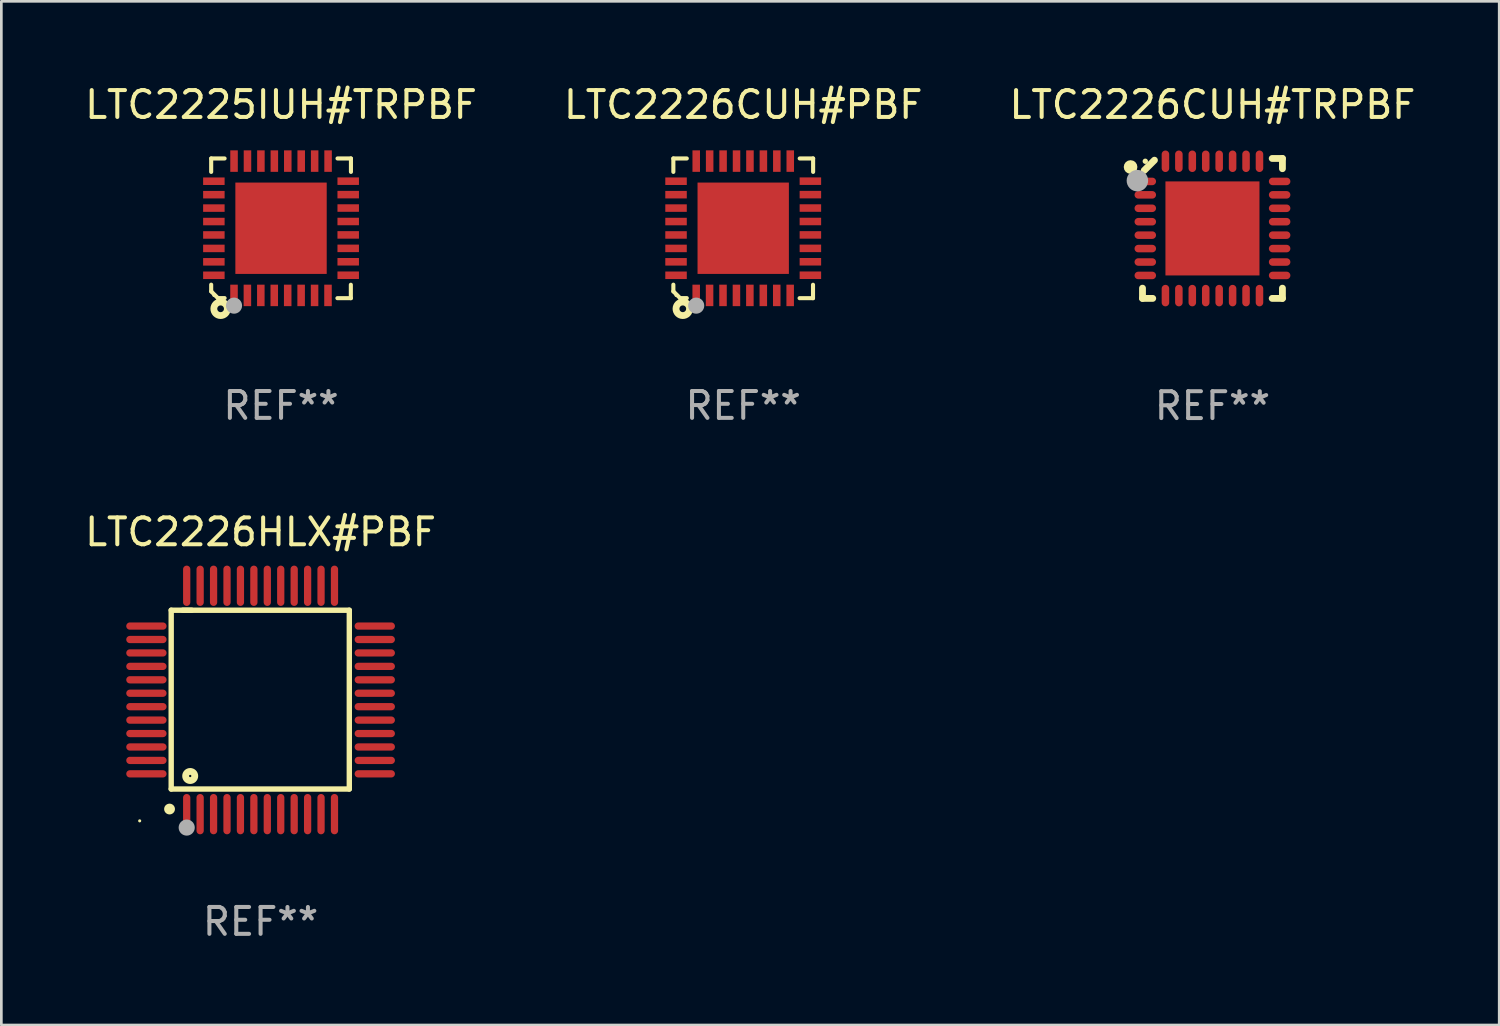
<source format=kicad_pcb>
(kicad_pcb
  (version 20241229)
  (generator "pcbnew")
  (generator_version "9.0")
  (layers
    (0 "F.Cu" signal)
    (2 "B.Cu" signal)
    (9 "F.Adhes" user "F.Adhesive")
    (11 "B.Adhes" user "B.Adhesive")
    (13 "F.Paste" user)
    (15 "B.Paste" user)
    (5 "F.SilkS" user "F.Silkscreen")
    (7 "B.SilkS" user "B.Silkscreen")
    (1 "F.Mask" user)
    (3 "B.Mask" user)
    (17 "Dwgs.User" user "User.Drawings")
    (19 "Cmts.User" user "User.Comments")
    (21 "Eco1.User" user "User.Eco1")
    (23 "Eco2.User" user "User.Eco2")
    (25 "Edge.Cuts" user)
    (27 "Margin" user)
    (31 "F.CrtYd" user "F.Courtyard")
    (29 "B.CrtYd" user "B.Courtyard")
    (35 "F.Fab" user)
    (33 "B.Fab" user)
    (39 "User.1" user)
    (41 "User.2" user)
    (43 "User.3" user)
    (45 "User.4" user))
  (footprint "LTC2226CUH#TRPBF"
    (layer "F.Cu")
    (at 42.077 5.452)
    (property "Reference" "LTC2226CUH#TRPBF" (at 0 -4.604 0) (layer "F.SilkS") (effects (font (size 1 1) (thickness 0.15))))
    (attr through_hole)
    (fp_line (start -2.604 2.223) (end -2.604 2.604) (stroke (width 0.254) (type solid)) (layer "F.SilkS"))
    (fp_line (start -2.604 2.604) (end -2.223 2.604) (stroke (width 0.254) (type solid)) (layer "F.SilkS"))
    (fp_line (start -2.159 -2.54) (end -2.54 -2.159) (stroke (width 0.254) (type solid)) (layer "F.SilkS"))
    (fp_line (start 2.223 2.604) (end 2.604 2.604) (stroke (width 0.254) (type solid)) (layer "F.SilkS"))
    (fp_line (start 2.604 -2.604) (end 2.223 -2.604) (stroke (width 0.254) (type solid)) (layer "F.SilkS"))
    (fp_line (start 2.604 -2.223) (end 2.604 -2.604) (stroke (width 0.254) (type solid)) (layer "F.SilkS"))
    (fp_line (start 2.604 2.604) (end 2.604 2.223) (stroke (width 0.254) (type solid)) (layer "F.SilkS"))
    (fp_circle (center -3.048 -2.286) (end -2.921 -2.286) (stroke (width 0.254) (type solid)) (fill no) (layer "F.SilkS"))
    (fp_circle (center -2.5 -2.5) (end -2.45 -2.5) (stroke (width 0.1) (type solid)) (fill no) (layer "F.SilkS"))
    (fp_circle (center -2.794 -1.778) (end -2.594 -1.778) (stroke (width 0.4) (type solid)) (fill no) (layer "F.Fab"))
    (fp_text user "REF**" (at 0 6.604 0) (layer "F.Fab") (effects (font (size 1 1) (thickness 0.15))))
    (pad "1" smd oval (at -2.5 -1.75) (size 0.8 0.28) (layers "F.Cu" "F.Mask" "F.Paste"))
    (pad "2" smd oval (at -2.5 -1.25) (size 0.8 0.28) (layers "F.Cu" "F.Mask" "F.Paste"))
    (pad "3" smd oval (at -2.5 -0.75) (size 0.8 0.28) (layers "F.Cu" "F.Mask" "F.Paste"))
    (pad "4" smd oval (at -2.5 -0.25) (size 0.8 0.28) (layers "F.Cu" "F.Mask" "F.Paste"))
    (pad "5" smd oval (at -2.5 0.25) (size 0.8 0.28) (layers "F.Cu" "F.Mask" "F.Paste"))
    (pad "6" smd oval (at -2.5 0.75) (size 0.8 0.28) (layers "F.Cu" "F.Mask" "F.Paste"))
    (pad "7" smd oval (at -2.5 1.25) (size 0.8 0.28) (layers "F.Cu" "F.Mask" "F.Paste"))
    (pad "8" smd oval (at -2.5 1.75) (size 0.8 0.28) (layers "F.Cu" "F.Mask" "F.Paste"))
    (pad "9" smd oval (at -1.75 2.5) (size 0.28 0.8) (layers "F.Cu" "F.Mask" "F.Paste"))
    (pad "10" smd oval (at -1.25 2.5) (size 0.28 0.8) (layers "F.Cu" "F.Mask" "F.Paste"))
    (pad "11" smd oval (at -0.75 2.5) (size 0.28 0.8) (layers "F.Cu" "F.Mask" "F.Paste"))
    (pad "12" smd oval (at -0.25 2.5) (size 0.28 0.8) (layers "F.Cu" "F.Mask" "F.Paste"))
    (pad "13" smd oval (at 0.25 2.5) (size 0.28 0.8) (layers "F.Cu" "F.Mask" "F.Paste"))
    (pad "14" smd oval (at 0.75 2.5) (size 0.28 0.8) (layers "F.Cu" "F.Mask" "F.Paste"))
    (pad "15" smd oval (at 1.25 2.5) (size 0.28 0.8) (layers "F.Cu" "F.Mask" "F.Paste"))
    (pad "16" smd oval (at 1.75 2.5) (size 0.28 0.8) (layers "F.Cu" "F.Mask" "F.Paste"))
    (pad "17" smd oval (at 2.5 1.75) (size 0.8 0.28) (layers "F.Cu" "F.Mask" "F.Paste"))
    (pad "18" smd oval (at 2.5 1.25) (size 0.8 0.28) (layers "F.Cu" "F.Mask" "F.Paste"))
    (pad "19" smd oval (at 2.5 0.75) (size 0.8 0.28) (layers "F.Cu" "F.Mask" "F.Paste"))
    (pad "20" smd oval (at 2.5 0.25) (size 0.8 0.28) (layers "F.Cu" "F.Mask" "F.Paste"))
    (pad "21" smd oval (at 2.5 -0.25) (size 0.8 0.28) (layers "F.Cu" "F.Mask" "F.Paste"))
    (pad "22" smd oval (at 2.5 -0.75) (size 0.8 0.28) (layers "F.Cu" "F.Mask" "F.Paste"))
    (pad "23" smd oval (at 2.5 -1.25) (size 0.8 0.28) (layers "F.Cu" "F.Mask" "F.Paste"))
    (pad "24" smd oval (at 2.5 -1.75) (size 0.8 0.28) (layers "F.Cu" "F.Mask" "F.Paste"))
    (pad "25" smd oval (at 1.75 -2.5) (size 0.28 0.8) (layers "F.Cu" "F.Mask" "F.Paste"))
    (pad "26" smd oval (at 1.25 -2.5) (size 0.28 0.8) (layers "F.Cu" "F.Mask" "F.Paste"))
    (pad "27" smd oval (at 0.75 -2.5) (size 0.28 0.8) (layers "F.Cu" "F.Mask" "F.Paste"))
    (pad "28" smd oval (at 0.25 -2.5) (size 0.28 0.8) (layers "F.Cu" "F.Mask" "F.Paste"))
    (pad "29" smd oval (at -0.25 -2.5) (size 0.28 0.8) (layers "F.Cu" "F.Mask" "F.Paste"))
    (pad "30" smd oval (at -0.75 -2.5) (size 0.28 0.8) (layers "F.Cu" "F.Mask" "F.Paste"))
    (pad "31" smd oval (at -1.25 -2.5) (size 0.28 0.8) (layers "F.Cu" "F.Mask" "F.Paste"))
    (pad "32" smd oval (at -1.75 -2.5) (size 0.28 0.8) (layers "F.Cu" "F.Mask" "F.Paste"))
    (pad "33" smd rect (at 0.000076 0.000076) (size 3.5 3.5) (layers "F.Cu" "F.Mask" "F.Paste")))
  (footprint "LTC2226CUH#PBF"
    (layer "F.Cu")
    (at 24.613 5.448)
    (property "Reference" "LTC2226CUH#PBF" (at 0 -4.6 0) (layer "F.SilkS") (effects (font (size 1 1) (thickness 0.15))))
    (attr through_hole)
    (fp_line (start -2.601 2.097) (end -2.601 2.347) (stroke (width 0.152) (type solid)) (layer "F.SilkS"))
    (fp_line (start -2.601 2.347) (end -2.351 2.597) (stroke (width 0.152) (type solid)) (layer "F.SilkS"))
    (fp_line (start -2.601 -2.6) (end -2.601 -2.1) (stroke (width 0.152) (type solid)) (layer "F.SilkS"))
    (fp_line (start -2.601 -2.6) (end -2.101 -2.6) (stroke (width 0.152) (type solid)) (layer "F.SilkS"))
    (fp_line (start -2.351 2.597) (end -2.101 2.597) (stroke (width 0.152) (type solid)) (layer "F.SilkS"))
    (fp_line (start 2.597 2.6) (end 2.097 2.6) (stroke (width 0.152) (type solid)) (layer "F.SilkS"))
    (fp_line (start 2.597 2.6) (end 2.597 2.1) (stroke (width 0.152) (type solid)) (layer "F.SilkS"))
    (fp_line (start 2.601 -2.6) (end 2.101 -2.6) (stroke (width 0.152) (type solid)) (layer "F.SilkS"))
    (fp_line (start 2.601 -2.6) (end 2.601 -2.1) (stroke (width 0.152) (type solid)) (layer "F.SilkS"))
    (fp_circle (center -2.501 2.497) (end -2.471 2.497) (stroke (width 0.06) (type solid)) (fill no) (layer "F.SilkS"))
    (fp_circle (center -2.25 2.995) (end -2.125 2.995) (stroke (width 0.254) (type solid)) (fill no) (layer "F.SilkS"))
    (fp_circle (center -1.751 2.878) (end -1.601 2.878) (stroke (width 0.3) (type solid)) (fill no) (layer "F.Fab"))
    (fp_text user "REF**" (at 0 6.6 0) (layer "F.Fab") (effects (font (size 1 1) (thickness 0.15))))
    (pad "1" smd rect (at -1.751 2.497) (size 0.28 0.8) (layers "F.Cu" "F.Mask" "F.Paste"))
    (pad "2" smd rect (at -1.253 2.497) (size 0.28 0.8) (layers "F.Cu" "F.Mask" "F.Paste"))
    (pad "3" smd rect (at -0.753 2.497) (size 0.28 0.8) (layers "F.Cu" "F.Mask" "F.Paste"))
    (pad "4" smd rect (at -0.253 2.497) (size 0.28 0.8) (layers "F.Cu" "F.Mask" "F.Paste"))
    (pad "5" smd rect (at 0.247 2.497) (size 0.28 0.8) (layers "F.Cu" "F.Mask" "F.Paste"))
    (pad "6" smd rect (at 0.747 2.497) (size 0.28 0.8) (layers "F.Cu" "F.Mask" "F.Paste"))
    (pad "7" smd rect (at 1.247 2.497) (size 0.28 0.8) (layers "F.Cu" "F.Mask" "F.Paste"))
    (pad "8" smd rect (at 1.747 2.497) (size 0.28 0.8) (layers "F.Cu" "F.Mask" "F.Paste"))
    (pad "9" smd rect (at 2.499 1.746) (size 0.8 0.28) (layers "F.Cu" "F.Mask" "F.Paste"))
    (pad "10" smd rect (at 2.499 1.245) (size 0.8 0.28) (layers "F.Cu" "F.Mask" "F.Paste"))
    (pad "11" smd rect (at 2.499 0.746) (size 0.8 0.28) (layers "F.Cu" "F.Mask" "F.Paste"))
    (pad "12" smd rect (at 2.499 0.245) (size 0.8 0.28) (layers "F.Cu" "F.Mask" "F.Paste"))
    (pad "13" smd rect (at 2.499 -0.254) (size 0.8 0.28) (layers "F.Cu" "F.Mask" "F.Paste"))
    (pad "14" smd rect (at 2.499 -0.755) (size 0.8 0.28) (layers "F.Cu" "F.Mask" "F.Paste"))
    (pad "15" smd rect (at 2.499 -1.254) (size 0.8 0.28) (layers "F.Cu" "F.Mask" "F.Paste"))
    (pad "16" smd rect (at 2.499 -1.755) (size 0.8 0.28) (layers "F.Cu" "F.Mask" "F.Paste"))
    (pad "17" smd rect (at 1.75 -2.502) (size 0.28 0.8) (layers "F.Cu" "F.Mask" "F.Paste"))
    (pad "18" smd rect (at 1.25 -2.502) (size 0.28 0.8) (layers "F.Cu" "F.Mask" "F.Paste"))
    (pad "19" smd rect (at 0.75 -2.502) (size 0.28 0.8) (layers "F.Cu" "F.Mask" "F.Paste"))
    (pad "20" smd rect (at 0.25 -2.502) (size 0.28 0.8) (layers "F.Cu" "F.Mask" "F.Paste"))
    (pad "21" smd rect (at -0.25 -2.502) (size 0.28 0.8) (layers "F.Cu" "F.Mask" "F.Paste"))
    (pad "22" smd rect (at -0.75 -2.502) (size 0.28 0.8) (layers "F.Cu" "F.Mask" "F.Paste"))
    (pad "23" smd rect (at -1.25 -2.502) (size 0.28 0.8) (layers "F.Cu" "F.Mask" "F.Paste"))
    (pad "24" smd rect (at -1.75 -2.502) (size 0.28 0.8) (layers "F.Cu" "F.Mask" "F.Paste"))
    (pad "25" smd rect (at -2.501 -1.753) (size 0.8 0.28) (layers "F.Cu" "F.Mask" "F.Paste"))
    (pad "26" smd rect (at -2.501 -1.252) (size 0.8 0.28) (layers "F.Cu" "F.Mask" "F.Paste"))
    (pad "27" smd rect (at -2.501 -0.753) (size 0.8 0.28) (layers "F.Cu" "F.Mask" "F.Paste"))
    (pad "28" smd rect (at -2.501 -0.252) (size 0.8 0.28) (layers "F.Cu" "F.Mask" "F.Paste"))
    (pad "29" smd rect (at -2.501 0.247) (size 0.8 0.28) (layers "F.Cu" "F.Mask" "F.Paste"))
    (pad "30" smd rect (at -2.501 0.748) (size 0.8 0.28) (layers "F.Cu" "F.Mask" "F.Paste"))
    (pad "31" smd rect (at -2.501 1.247) (size 0.8 0.28) (layers "F.Cu" "F.Mask" "F.Paste"))
    (pad "32" smd rect (at -2.501 1.748) (size 0.8 0.28) (layers "F.Cu" "F.Mask" "F.Paste"))
    (pad "33" smd rect (at -0.001 -0.003 180) (size 3.4 3.4) (layers "F.Cu" "F.Mask" "F.Paste")))
  (footprint "LTC2226HLX#PBF"
    (layer "F.Cu")
    (at 6.649 23.002)
    (property "Reference" "LTC2226HLX#PBF" (at 0 -6.25 0) (layer "F.SilkS") (effects (font (size 1 1) (thickness 0.15))))
    (attr through_hole)
    (fp_line (start -3.327 -3.34) (end -2.565 -3.34) (stroke (width 0.2) (type solid)) (layer "F.SilkS"))
    (fp_line (start -3.327 3.315) (end -3.327 -3.34) (stroke (width 0.2) (type solid)) (layer "F.SilkS"))
    (fp_line (start -2.896 -3.34) (end 3.302 -3.34) (stroke (width 0.2) (type solid)) (layer "F.SilkS"))
    (fp_line (start 3.302 -3.34) (end 3.302 3.315) (stroke (width 0.2) (type solid)) (layer "F.SilkS"))
    (fp_line (start 3.302 3.315) (end -3.327 3.315) (stroke (width 0.2) (type solid)) (layer "F.SilkS"))
    (fp_arc (start -3.389992 4.059995) (mid -3.388722 4.059991) (end -3.387452 4.059995) (stroke (width 0.4) (type solid)) (layer "F.SilkS"))
    (fp_circle (center -4.5 4.5) (end -4.47 4.5) (stroke (width 0.06) (type solid)) (fill no) (layer "F.SilkS"))
    (fp_circle (center -2.62 2.83) (end -2.45 2.83) (stroke (width 0.254) (type solid)) (fill no) (layer "F.SilkS"))
    (fp_circle (center -2.75 4.75) (end -2.6 4.75) (stroke (width 0.3) (type solid)) (fill no) (layer "F.Fab"))
    (fp_text user "REF**" (at 0 8.25 0) (layer "F.Fab") (effects (font (size 1 1) (thickness 0.15))))
    (pad "1" smd oval (at -2.75 4.25) (size 0.27 1.5) (layers "F.Cu" "F.Mask" "F.Paste"))
    (pad "2" smd oval (at -2.25 4.25) (size 0.27 1.5) (layers "F.Cu" "F.Mask" "F.Paste"))
    (pad "3" smd oval (at -1.75 4.25) (size 0.27 1.5) (layers "F.Cu" "F.Mask" "F.Paste"))
    (pad "4" smd oval (at -1.25 4.25) (size 0.27 1.5) (layers "F.Cu" "F.Mask" "F.Paste"))
    (pad "5" smd oval (at -0.75 4.25) (size 0.27 1.5) (layers "F.Cu" "F.Mask" "F.Paste"))
    (pad "6" smd oval (at -0.25 4.25) (size 0.27 1.5) (layers "F.Cu" "F.Mask" "F.Paste"))
    (pad "7" smd oval (at 0.25 4.25) (size 0.27 1.5) (layers "F.Cu" "F.Mask" "F.Paste"))
    (pad "8" smd oval (at 0.75 4.25) (size 0.27 1.5) (layers "F.Cu" "F.Mask" "F.Paste"))
    (pad "9" smd oval (at 1.25 4.25) (size 0.27 1.5) (layers "F.Cu" "F.Mask" "F.Paste"))
    (pad "10" smd oval (at 1.75 4.25) (size 0.27 1.5) (layers "F.Cu" "F.Mask" "F.Paste"))
    (pad "11" smd oval (at 2.25 4.25) (size 0.27 1.5) (layers "F.Cu" "F.Mask" "F.Paste"))
    (pad "12" smd oval (at 2.75 4.25) (size 0.27 1.5) (layers "F.Cu" "F.Mask" "F.Paste"))
    (pad "13" smd oval (at 4.25 2.75) (size 1.5 0.27) (layers "F.Cu" "F.Mask" "F.Paste"))
    (pad "14" smd oval (at 4.25 2.25) (size 1.5 0.27) (layers "F.Cu" "F.Mask" "F.Paste"))
    (pad "15" smd oval (at 4.25 1.75) (size 1.5 0.27) (layers "F.Cu" "F.Mask" "F.Paste"))
    (pad "16" smd oval (at 4.25 1.25) (size 1.5 0.27) (layers "F.Cu" "F.Mask" "F.Paste"))
    (pad "17" smd oval (at 4.25 0.75) (size 1.5 0.27) (layers "F.Cu" "F.Mask" "F.Paste"))
    (pad "18" smd oval (at 4.25 0.25) (size 1.5 0.27) (layers "F.Cu" "F.Mask" "F.Paste"))
    (pad "19" smd oval (at 4.25 -0.25) (size 1.5 0.27) (layers "F.Cu" "F.Mask" "F.Paste"))
    (pad "20" smd oval (at 4.25 -0.75) (size 1.5 0.27) (layers "F.Cu" "F.Mask" "F.Paste"))
    (pad "21" smd oval (at 4.25 -1.25) (size 1.5 0.27) (layers "F.Cu" "F.Mask" "F.Paste"))
    (pad "22" smd oval (at 4.25 -1.75) (size 1.5 0.27) (layers "F.Cu" "F.Mask" "F.Paste"))
    (pad "23" smd oval (at 4.25 -2.25) (size 1.5 0.27) (layers "F.Cu" "F.Mask" "F.Paste"))
    (pad "24" smd oval (at 4.25 -2.75) (size 1.5 0.27) (layers "F.Cu" "F.Mask" "F.Paste"))
    (pad "25" smd oval (at 2.75 -4.25) (size 0.27 1.5) (layers "F.Cu" "F.Mask" "F.Paste"))
    (pad "26" smd oval (at 2.25 -4.25) (size 0.27 1.5) (layers "F.Cu" "F.Mask" "F.Paste"))
    (pad "27" smd oval (at 1.75 -4.25) (size 0.27 1.5) (layers "F.Cu" "F.Mask" "F.Paste"))
    (pad "28" smd oval (at 1.25 -4.25) (size 0.27 1.5) (layers "F.Cu" "F.Mask" "F.Paste"))
    (pad "29" smd oval (at 0.75 -4.25) (size 0.27 1.5) (layers "F.Cu" "F.Mask" "F.Paste"))
    (pad "30" smd oval (at 0.25 -4.25) (size 0.27 1.5) (layers "F.Cu" "F.Mask" "F.Paste"))
    (pad "31" smd oval (at -0.25 -4.25) (size 0.27 1.5) (layers "F.Cu" "F.Mask" "F.Paste"))
    (pad "32" smd oval (at -0.75 -4.25) (size 0.27 1.5) (layers "F.Cu" "F.Mask" "F.Paste"))
    (pad "33" smd oval (at -1.25 -4.25) (size 0.27 1.5) (layers "F.Cu" "F.Mask" "F.Paste"))
    (pad "34" smd oval (at -1.75 -4.25) (size 0.27 1.5) (layers "F.Cu" "F.Mask" "F.Paste"))
    (pad "35" smd oval (at -2.25 -4.25) (size 0.27 1.5) (layers "F.Cu" "F.Mask" "F.Paste"))
    (pad "36" smd oval (at -2.75 -4.25) (size 0.27 1.5) (layers "F.Cu" "F.Mask" "F.Paste"))
    (pad "37" smd oval (at -4.25 -2.75) (size 1.5 0.27) (layers "F.Cu" "F.Mask" "F.Paste"))
    (pad "38" smd oval (at -4.25 -2.25) (size 1.5 0.27) (layers "F.Cu" "F.Mask" "F.Paste"))
    (pad "39" smd oval (at -4.25 -1.75) (size 1.5 0.27) (layers "F.Cu" "F.Mask" "F.Paste"))
    (pad "40" smd oval (at -4.25 -1.25) (size 1.5 0.27) (layers "F.Cu" "F.Mask" "F.Paste"))
    (pad "41" smd oval (at -4.25 -0.75) (size 1.5 0.27) (layers "F.Cu" "F.Mask" "F.Paste"))
    (pad "42" smd oval (at -4.25 -0.25) (size 1.5 0.27) (layers "F.Cu" "F.Mask" "F.Paste"))
    (pad "43" smd oval (at -4.25 0.25) (size 1.5 0.27) (layers "F.Cu" "F.Mask" "F.Paste"))
    (pad "44" smd oval (at -4.25 0.75) (size 1.5 0.27) (layers "F.Cu" "F.Mask" "F.Paste"))
    (pad "45" smd oval (at -4.25 1.25) (size 1.5 0.27) (layers "F.Cu" "F.Mask" "F.Paste"))
    (pad "46" smd oval (at -4.25 1.75) (size 1.5 0.27) (layers "F.Cu" "F.Mask" "F.Paste"))
    (pad "47" smd oval (at -4.25 2.25) (size 1.5 0.27) (layers "F.Cu" "F.Mask" "F.Paste"))
    (pad "48" smd oval (at -4.25 2.75) (size 1.5 0.27) (layers "F.Cu" "F.Mask" "F.Paste")))
  (footprint "LTC2225IUH#TRPBF"
    (layer "F.Cu")
    (at 7.411 5.448)
    (property "Reference" "LTC2225IUH#TRPBF" (at 0 -4.6 0) (layer "F.SilkS") (effects (font (size 1 1) (thickness 0.15))))
    (attr through_hole)
    (fp_line (start -2.601 2.097) (end -2.601 2.347) (stroke (width 0.152) (type solid)) (layer "F.SilkS"))
    (fp_line (start -2.601 2.347) (end -2.351 2.597) (stroke (width 0.152) (type solid)) (layer "F.SilkS"))
    (fp_line (start -2.601 -2.6) (end -2.601 -2.1) (stroke (width 0.152) (type solid)) (layer "F.SilkS"))
    (fp_line (start -2.601 -2.6) (end -2.101 -2.6) (stroke (width 0.152) (type solid)) (layer "F.SilkS"))
    (fp_line (start -2.351 2.597) (end -2.101 2.597) (stroke (width 0.152) (type solid)) (layer "F.SilkS"))
    (fp_line (start 2.597 2.6) (end 2.097 2.6) (stroke (width 0.152) (type solid)) (layer "F.SilkS"))
    (fp_line (start 2.597 2.6) (end 2.597 2.1) (stroke (width 0.152) (type solid)) (layer "F.SilkS"))
    (fp_line (start 2.601 -2.6) (end 2.101 -2.6) (stroke (width 0.152) (type solid)) (layer "F.SilkS"))
    (fp_line (start 2.601 -2.6) (end 2.601 -2.1) (stroke (width 0.152) (type solid)) (layer "F.SilkS"))
    (fp_circle (center -2.501 2.497) (end -2.471 2.497) (stroke (width 0.06) (type solid)) (fill no) (layer "F.SilkS"))
    (fp_circle (center -2.25 2.995) (end -2.125 2.995) (stroke (width 0.254) (type solid)) (fill no) (layer "F.SilkS"))
    (fp_circle (center -1.751 2.878) (end -1.601 2.878) (stroke (width 0.3) (type solid)) (fill no) (layer "F.Fab"))
    (fp_text user "REF**" (at 0 6.6 0) (layer "F.Fab") (effects (font (size 1 1) (thickness 0.15))))
    (pad "1" smd rect (at -1.751 2.497) (size 0.28 0.8) (layers "F.Cu" "F.Mask" "F.Paste"))
    (pad "2" smd rect (at -1.253 2.497) (size 0.28 0.8) (layers "F.Cu" "F.Mask" "F.Paste"))
    (pad "3" smd rect (at -0.753 2.497) (size 0.28 0.8) (layers "F.Cu" "F.Mask" "F.Paste"))
    (pad "4" smd rect (at -0.253 2.497) (size 0.28 0.8) (layers "F.Cu" "F.Mask" "F.Paste"))
    (pad "5" smd rect (at 0.247 2.497) (size 0.28 0.8) (layers "F.Cu" "F.Mask" "F.Paste"))
    (pad "6" smd rect (at 0.747 2.497) (size 0.28 0.8) (layers "F.Cu" "F.Mask" "F.Paste"))
    (pad "7" smd rect (at 1.247 2.497) (size 0.28 0.8) (layers "F.Cu" "F.Mask" "F.Paste"))
    (pad "8" smd rect (at 1.747 2.497) (size 0.28 0.8) (layers "F.Cu" "F.Mask" "F.Paste"))
    (pad "9" smd rect (at 2.499 1.746) (size 0.8 0.28) (layers "F.Cu" "F.Mask" "F.Paste"))
    (pad "10" smd rect (at 2.499 1.245) (size 0.8 0.28) (layers "F.Cu" "F.Mask" "F.Paste"))
    (pad "11" smd rect (at 2.499 0.746) (size 0.8 0.28) (layers "F.Cu" "F.Mask" "F.Paste"))
    (pad "12" smd rect (at 2.499 0.245) (size 0.8 0.28) (layers "F.Cu" "F.Mask" "F.Paste"))
    (pad "13" smd rect (at 2.499 -0.254) (size 0.8 0.28) (layers "F.Cu" "F.Mask" "F.Paste"))
    (pad "14" smd rect (at 2.499 -0.755) (size 0.8 0.28) (layers "F.Cu" "F.Mask" "F.Paste"))
    (pad "15" smd rect (at 2.499 -1.254) (size 0.8 0.28) (layers "F.Cu" "F.Mask" "F.Paste"))
    (pad "16" smd rect (at 2.499 -1.755) (size 0.8 0.28) (layers "F.Cu" "F.Mask" "F.Paste"))
    (pad "17" smd rect (at 1.75 -2.502) (size 0.28 0.8) (layers "F.Cu" "F.Mask" "F.Paste"))
    (pad "18" smd rect (at 1.25 -2.502) (size 0.28 0.8) (layers "F.Cu" "F.Mask" "F.Paste"))
    (pad "19" smd rect (at 0.75 -2.502) (size 0.28 0.8) (layers "F.Cu" "F.Mask" "F.Paste"))
    (pad "20" smd rect (at 0.25 -2.502) (size 0.28 0.8) (layers "F.Cu" "F.Mask" "F.Paste"))
    (pad "21" smd rect (at -0.25 -2.502) (size 0.28 0.8) (layers "F.Cu" "F.Mask" "F.Paste"))
    (pad "22" smd rect (at -0.75 -2.502) (size 0.28 0.8) (layers "F.Cu" "F.Mask" "F.Paste"))
    (pad "23" smd rect (at -1.25 -2.502) (size 0.28 0.8) (layers "F.Cu" "F.Mask" "F.Paste"))
    (pad "24" smd rect (at -1.75 -2.502) (size 0.28 0.8) (layers "F.Cu" "F.Mask" "F.Paste"))
    (pad "25" smd rect (at -2.501 -1.753) (size 0.8 0.28) (layers "F.Cu" "F.Mask" "F.Paste"))
    (pad "26" smd rect (at -2.501 -1.252) (size 0.8 0.28) (layers "F.Cu" "F.Mask" "F.Paste"))
    (pad "27" smd rect (at -2.501 -0.753) (size 0.8 0.28) (layers "F.Cu" "F.Mask" "F.Paste"))
    (pad "28" smd rect (at -2.501 -0.252) (size 0.8 0.28) (layers "F.Cu" "F.Mask" "F.Paste"))
    (pad "29" smd rect (at -2.501 0.247) (size 0.8 0.28) (layers "F.Cu" "F.Mask" "F.Paste"))
    (pad "30" smd rect (at -2.501 0.748) (size 0.8 0.28) (layers "F.Cu" "F.Mask" "F.Paste"))
    (pad "31" smd rect (at -2.501 1.247) (size 0.8 0.28) (layers "F.Cu" "F.Mask" "F.Paste"))
    (pad "32" smd rect (at -2.501 1.748) (size 0.8 0.28) (layers "F.Cu" "F.Mask" "F.Paste"))
    (pad "33" smd rect (at -0.001 -0.003 180) (size 3.4 3.4) (layers "F.Cu" "F.Mask" "F.Paste")))
  (gr_rect
    (start -3 -3)
    (end 52.75 35.1)
    (stroke (width 0.1) (type default))
    (fill no)
    (layer "Edge.Cuts")))
</source>
